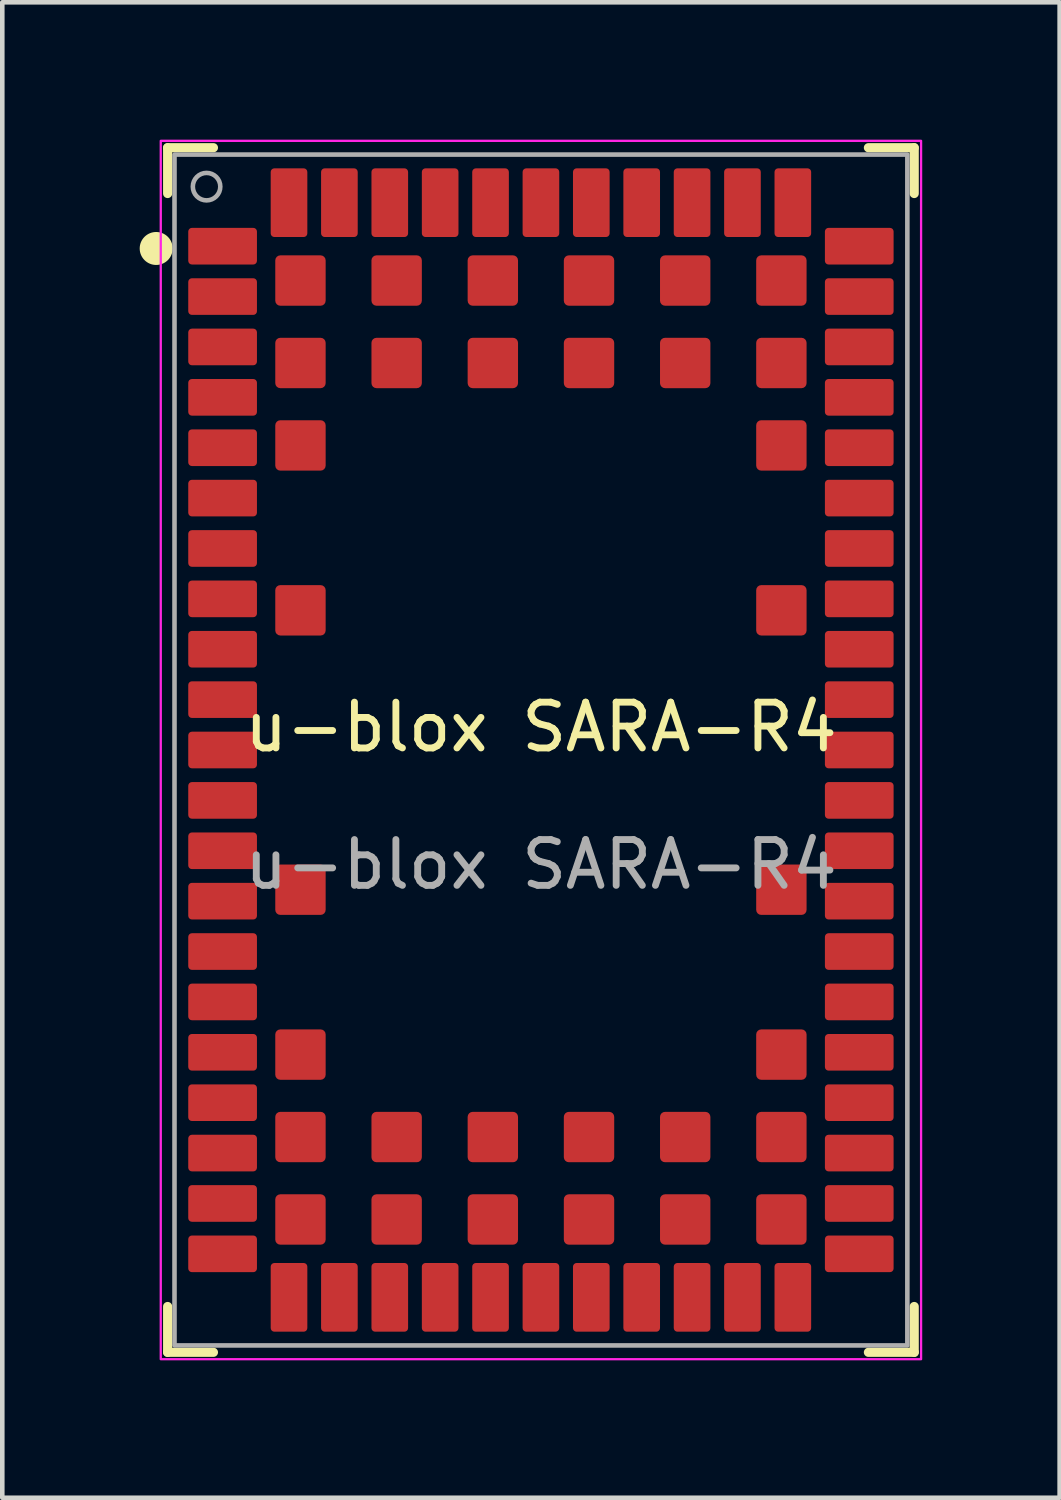
<source format=kicad_pcb>
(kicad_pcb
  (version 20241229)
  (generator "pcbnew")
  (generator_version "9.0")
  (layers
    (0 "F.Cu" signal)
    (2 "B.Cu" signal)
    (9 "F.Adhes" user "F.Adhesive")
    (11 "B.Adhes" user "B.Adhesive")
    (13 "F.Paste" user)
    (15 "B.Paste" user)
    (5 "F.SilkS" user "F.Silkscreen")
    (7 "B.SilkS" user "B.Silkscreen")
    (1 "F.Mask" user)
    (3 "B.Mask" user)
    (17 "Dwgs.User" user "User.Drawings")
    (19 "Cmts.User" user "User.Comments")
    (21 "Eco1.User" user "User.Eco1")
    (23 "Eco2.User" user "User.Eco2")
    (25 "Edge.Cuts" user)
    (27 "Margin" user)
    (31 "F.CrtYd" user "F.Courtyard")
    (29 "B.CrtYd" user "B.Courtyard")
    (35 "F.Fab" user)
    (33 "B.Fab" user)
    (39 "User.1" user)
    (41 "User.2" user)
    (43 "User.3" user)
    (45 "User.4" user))
  (footprint "u-blox SARA-R4"
    (layer "F.Cu")
    (at 8.76 13.325)
    (property "Reference" "u-blox SARA-R4" (at 0 -0.5 0) (unlocked yes) (layer "F.SilkS") (effects (font (size 1 1) (thickness 0.15))))
    (attr smd)
    (fp_line (start -8.15 -13.15) (end -8.15 -12.15) (stroke (width 0.2) (type solid)) (layer "F.SilkS"))
    (fp_line (start -8.15 12.15) (end -8.15 13.15) (stroke (width 0.2) (type solid)) (layer "F.SilkS"))
    (fp_line (start -8.15 13.15) (end -7.15 13.15) (stroke (width 0.2) (type solid)) (layer "F.SilkS"))
    (fp_line (start -7.15 -13.15) (end -8.15 -13.15) (stroke (width 0.2) (type solid)) (layer "F.SilkS"))
    (fp_line (start 7.15 13.15) (end 8.15 13.15) (stroke (width 0.2) (type solid)) (layer "F.SilkS"))
    (fp_line (start 8.15 -13.15) (end 7.15 -13.15) (stroke (width 0.2) (type solid)) (layer "F.SilkS"))
    (fp_line (start 8.15 -12.15) (end 8.15 -13.15) (stroke (width 0.2) (type solid)) (layer "F.SilkS"))
    (fp_line (start 8.15 13.15) (end 8.15 12.15) (stroke (width 0.2) (type solid)) (layer "F.SilkS"))
    (fp_circle (center -8.4 -10.95) (end -8.1 -10.95) (stroke (width 0.12) (type solid)) (fill yes) (layer "F.SilkS"))
    (fp_rect (start -8.3 -13.3) (end 8.3 13.3) (stroke (width 0.05) (type solid)) (fill no) (layer "F.CrtYd"))
    (fp_rect (start -8 -13) (end 8 13) (stroke (width 0.1) (type solid)) (fill no) (layer "F.Fab"))
    (fp_circle (center -7.3 -12.3) (end -7 -12.3) (stroke (width 0.1) (type solid)) (fill no) (layer "F.Fab"))
    (fp_text user "${REFERENCE}" (at 0 2.5 0) (unlocked yes) (layer "F.Fab") (effects (font (size 1 1) (thickness 0.15))))
    (pad "1" smd roundrect (at -6.95 -11) (size 1.5 0.8) (layers "F.Cu" "F.Mask" "F.Paste") (roundrect_rratio 0.1))
    (pad "2" smd roundrect (at -6.95 -9.9) (size 1.5 0.8) (layers "F.Cu" "F.Mask" "F.Paste") (roundrect_rratio 0.1))
    (pad "3" smd roundrect (at -6.95 -8.8) (size 1.5 0.8) (layers "F.Cu" "F.Mask" "F.Paste") (roundrect_rratio 0.1))
    (pad "4" smd roundrect (at -6.95 -7.7) (size 1.5 0.8) (layers "F.Cu" "F.Mask" "F.Paste") (roundrect_rratio 0.1))
    (pad "5" smd roundrect (at -6.95 -6.6) (size 1.5 0.8) (layers "F.Cu" "F.Mask" "F.Paste") (roundrect_rratio 0.1))
    (pad "6" smd roundrect (at -6.95 -5.5) (size 1.5 0.8) (layers "F.Cu" "F.Mask" "F.Paste") (roundrect_rratio 0.1))
    (pad "7" smd roundrect (at -6.95 -4.4) (size 1.5 0.8) (layers "F.Cu" "F.Mask" "F.Paste") (roundrect_rratio 0.1))
    (pad "8" smd roundrect (at -6.95 -3.3) (size 1.5 0.8) (layers "F.Cu" "F.Mask" "F.Paste") (roundrect_rratio 0.1))
    (pad "9" smd roundrect (at -6.95 -2.2) (size 1.5 0.8) (layers "F.Cu" "F.Mask" "F.Paste") (roundrect_rratio 0.1))
    (pad "10" smd roundrect (at -6.95 -1.1) (size 1.5 0.8) (layers "F.Cu" "F.Mask" "F.Paste") (roundrect_rratio 0.1))
    (pad "11" smd roundrect (at -6.95 0) (size 1.5 0.8) (layers "F.Cu" "F.Mask" "F.Paste") (roundrect_rratio 0.1))
    (pad "12" smd roundrect (at -6.95 1.1) (size 1.5 0.8) (layers "F.Cu" "F.Mask" "F.Paste") (roundrect_rratio 0.1))
    (pad "13" smd roundrect (at -6.95 2.2) (size 1.5 0.8) (layers "F.Cu" "F.Mask" "F.Paste") (roundrect_rratio 0.1))
    (pad "14" smd roundrect (at -6.95 3.3) (size 1.5 0.8) (layers "F.Cu" "F.Mask" "F.Paste") (roundrect_rratio 0.1))
    (pad "15" smd roundrect (at -6.95 4.4) (size 1.5 0.8) (layers "F.Cu" "F.Mask" "F.Paste") (roundrect_rratio 0.1))
    (pad "16" smd roundrect (at -6.95 5.5) (size 1.5 0.8) (layers "F.Cu" "F.Mask" "F.Paste") (roundrect_rratio 0.1))
    (pad "17" smd roundrect (at -6.95 6.6) (size 1.5 0.8) (layers "F.Cu" "F.Mask" "F.Paste") (roundrect_rratio 0.1))
    (pad "18" smd roundrect (at -6.95 7.7) (size 1.5 0.8) (layers "F.Cu" "F.Mask" "F.Paste") (roundrect_rratio 0.1))
    (pad "19" smd roundrect (at -6.95 8.8) (size 1.5 0.8) (layers "F.Cu" "F.Mask" "F.Paste") (roundrect_rratio 0.1))
    (pad "20" smd roundrect (at -6.95 9.9) (size 1.5 0.8) (layers "F.Cu" "F.Mask" "F.Paste") (roundrect_rratio 0.1))
    (pad "21" smd roundrect (at -6.95 11) (size 1.5 0.8) (layers "F.Cu" "F.Mask" "F.Paste") (roundrect_rratio 0.1))
    (pad "22" smd roundrect (at -5.5 11.95 90) (size 1.5 0.8) (layers "F.Cu" "F.Mask" "F.Paste") (roundrect_rratio 0.1))
    (pad "23" smd roundrect (at -4.4 11.95 90) (size 1.5 0.8) (layers "F.Cu" "F.Mask" "F.Paste") (roundrect_rratio 0.1))
    (pad "24" smd roundrect (at -3.3 11.95 90) (size 1.5 0.8) (layers "F.Cu" "F.Mask" "F.Paste") (roundrect_rratio 0.1))
    (pad "25" smd roundrect (at -2.2 11.95 90) (size 1.5 0.8) (layers "F.Cu" "F.Mask" "F.Paste") (roundrect_rratio 0.1))
    (pad "26" smd roundrect (at -1.1 11.95 90) (size 1.5 0.8) (layers "F.Cu" "F.Mask" "F.Paste") (roundrect_rratio 0.1))
    (pad "27" smd roundrect (at 0 11.95 90) (size 1.5 0.8) (layers "F.Cu" "F.Mask" "F.Paste") (roundrect_rratio 0.1))
    (pad "28" smd roundrect (at 1.1 11.95 90) (size 1.5 0.8) (layers "F.Cu" "F.Mask" "F.Paste") (roundrect_rratio 0.1))
    (pad "29" smd roundrect (at 2.2 11.95 90) (size 1.5 0.8) (layers "F.Cu" "F.Mask" "F.Paste") (roundrect_rratio 0.1))
    (pad "30" smd roundrect (at 3.3 11.95 90) (size 1.5 0.8) (layers "F.Cu" "F.Mask" "F.Paste") (roundrect_rratio 0.1))
    (pad "31" smd roundrect (at 4.4 11.95 90) (size 1.5 0.8) (layers "F.Cu" "F.Mask" "F.Paste") (roundrect_rratio 0.1))
    (pad "32" smd roundrect (at 5.5 11.95 90) (size 1.5 0.8) (layers "F.Cu" "F.Mask" "F.Paste") (roundrect_rratio 0.1))
    (pad "33" smd roundrect (at 6.95 11) (size 1.5 0.8) (layers "F.Cu" "F.Mask" "F.Paste") (roundrect_rratio 0.1))
    (pad "34" smd roundrect (at 6.95 9.9) (size 1.5 0.8) (layers "F.Cu" "F.Mask" "F.Paste") (roundrect_rratio 0.1))
    (pad "35" smd roundrect (at 6.95 8.8) (size 1.5 0.8) (layers "F.Cu" "F.Mask" "F.Paste") (roundrect_rratio 0.1))
    (pad "36" smd roundrect (at 6.95 7.7) (size 1.5 0.8) (layers "F.Cu" "F.Mask" "F.Paste") (roundrect_rratio 0.1))
    (pad "37" smd roundrect (at 6.95 6.6) (size 1.5 0.8) (layers "F.Cu" "F.Mask" "F.Paste") (roundrect_rratio 0.1))
    (pad "38" smd roundrect (at 6.95 5.5) (size 1.5 0.8) (layers "F.Cu" "F.Mask" "F.Paste") (roundrect_rratio 0.1))
    (pad "39" smd roundrect (at 6.95 4.4) (size 1.5 0.8) (layers "F.Cu" "F.Mask" "F.Paste") (roundrect_rratio 0.1))
    (pad "40" smd roundrect (at 6.95 3.3) (size 1.5 0.8) (layers "F.Cu" "F.Mask" "F.Paste") (roundrect_rratio 0.1))
    (pad "41" smd roundrect (at 6.95 2.2) (size 1.5 0.8) (layers "F.Cu" "F.Mask" "F.Paste") (roundrect_rratio 0.1))
    (pad "42" smd roundrect (at 6.95 1.1) (size 1.5 0.8) (layers "F.Cu" "F.Mask" "F.Paste") (roundrect_rratio 0.1))
    (pad "43" smd roundrect (at 6.95 0) (size 1.5 0.8) (layers "F.Cu" "F.Mask" "F.Paste") (roundrect_rratio 0.1))
    (pad "44" smd roundrect (at 6.95 -1.1) (size 1.5 0.8) (layers "F.Cu" "F.Mask" "F.Paste") (roundrect_rratio 0.1))
    (pad "45" smd roundrect (at 6.95 -2.2) (size 1.5 0.8) (layers "F.Cu" "F.Mask" "F.Paste") (roundrect_rratio 0.1))
    (pad "46" smd roundrect (at 6.95 -3.3) (size 1.5 0.8) (layers "F.Cu" "F.Mask" "F.Paste") (roundrect_rratio 0.1))
    (pad "47" smd roundrect (at 6.95 -4.4) (size 1.5 0.8) (layers "F.Cu" "F.Mask" "F.Paste") (roundrect_rratio 0.1))
    (pad "48" smd roundrect (at 6.95 -5.5) (size 1.5 0.8) (layers "F.Cu" "F.Mask" "F.Paste") (roundrect_rratio 0.1))
    (pad "49" smd roundrect (at 6.95 -6.6) (size 1.5 0.8) (layers "F.Cu" "F.Mask" "F.Paste") (roundrect_rratio 0.1))
    (pad "50" smd roundrect (at 6.95 -7.7) (size 1.5 0.8) (layers "F.Cu" "F.Mask" "F.Paste") (roundrect_rratio 0.1))
    (pad "51" smd roundrect (at 6.95 -8.8) (size 1.5 0.8) (layers "F.Cu" "F.Mask" "F.Paste") (roundrect_rratio 0.1))
    (pad "52" smd roundrect (at 6.95 -9.9) (size 1.5 0.8) (layers "F.Cu" "F.Mask" "F.Paste") (roundrect_rratio 0.1))
    (pad "53" smd roundrect (at 6.95 -11) (size 1.5 0.8) (layers "F.Cu" "F.Mask" "F.Paste") (roundrect_rratio 0.1))
    (pad "54" smd roundrect (at 5.5 -11.95 90) (size 1.5 0.8) (layers "F.Cu" "F.Mask" "F.Paste") (roundrect_rratio 0.1))
    (pad "55" smd roundrect (at 4.4 -11.95 90) (size 1.5 0.8) (layers "F.Cu" "F.Mask" "F.Paste") (roundrect_rratio 0.1))
    (pad "56" smd roundrect (at 3.3 -11.95 90) (size 1.5 0.8) (layers "F.Cu" "F.Mask" "F.Paste") (roundrect_rratio 0.1))
    (pad "57" smd roundrect (at 2.2 -11.95 90) (size 1.5 0.8) (layers "F.Cu" "F.Mask" "F.Paste") (roundrect_rratio 0.1))
    (pad "58" smd roundrect (at 1.1 -11.95 90) (size 1.5 0.8) (layers "F.Cu" "F.Mask" "F.Paste") (roundrect_rratio 0.1))
    (pad "59" smd roundrect (at 0 -11.95 90) (size 1.5 0.8) (layers "F.Cu" "F.Mask" "F.Paste") (roundrect_rratio 0.1))
    (pad "60" smd roundrect (at -1.1 -11.95 90) (size 1.5 0.8) (layers "F.Cu" "F.Mask" "F.Paste") (roundrect_rratio 0.1))
    (pad "61" smd roundrect (at -2.2 -11.95 90) (size 1.5 0.8) (layers "F.Cu" "F.Mask" "F.Paste") (roundrect_rratio 0.1))
    (pad "62" smd roundrect (at -3.3 -11.95 90) (size 1.5 0.8) (layers "F.Cu" "F.Mask" "F.Paste") (roundrect_rratio 0.1))
    (pad "63" smd roundrect (at -4.4 -11.95 90) (size 1.5 0.8) (layers "F.Cu" "F.Mask" "F.Paste") (roundrect_rratio 0.1))
    (pad "64" smd roundrect (at -5.5 -11.95 90) (size 1.5 0.8) (layers "F.Cu" "F.Mask" "F.Paste") (roundrect_rratio 0.1))
    (pad "65" smd roundrect (at -5.25 -10.25 90) (size 1.1 1.1) (layers "F.Cu" "F.Mask" "F.Paste") (roundrect_rratio 0.1))
    (pad "66" smd roundrect (at -3.15 -10.25 90) (size 1.1 1.1) (layers "F.Cu" "F.Mask" "F.Paste") (roundrect_rratio 0.1))
    (pad "67" smd roundrect (at -1.05 -10.25 90) (size 1.1 1.1) (layers "F.Cu" "F.Mask" "F.Paste") (roundrect_rratio 0.1))
    (pad "68" smd roundrect (at 1.05 -10.25 90) (size 1.1 1.1) (layers "F.Cu" "F.Mask" "F.Paste") (roundrect_rratio 0.1))
    (pad "69" smd roundrect (at 3.15 -10.25 90) (size 1.1 1.1) (layers "F.Cu" "F.Mask" "F.Paste") (roundrect_rratio 0.1))
    (pad "70" smd roundrect (at 5.25 -10.25 90) (size 1.1 1.1) (layers "F.Cu" "F.Mask" "F.Paste") (roundrect_rratio 0.1))
    (pad "71" smd roundrect (at -5.25 -8.45 90) (size 1.1 1.1) (layers "F.Cu" "F.Mask" "F.Paste") (roundrect_rratio 0.1))
    (pad "72" smd roundrect (at -3.15 -8.45 90) (size 1.1 1.1) (layers "F.Cu" "F.Mask" "F.Paste") (roundrect_rratio 0.1))
    (pad "73" smd roundrect (at -1.05 -8.45 90) (size 1.1 1.1) (layers "F.Cu" "F.Mask" "F.Paste") (roundrect_rratio 0.1))
    (pad "74" smd roundrect (at 1.05 -8.45 90) (size 1.1 1.1) (layers "F.Cu" "F.Mask" "F.Paste") (roundrect_rratio 0.1))
    (pad "75" smd roundrect (at 3.15 -8.45 90) (size 1.1 1.1) (layers "F.Cu" "F.Mask" "F.Paste") (roundrect_rratio 0.1))
    (pad "76" smd roundrect (at 5.25 -8.45 90) (size 1.1 1.1) (layers "F.Cu" "F.Mask" "F.Paste") (roundrect_rratio 0.1))
    (pad "77" smd roundrect (at -5.25 -6.65 90) (size 1.1 1.1) (layers "F.Cu" "F.Mask" "F.Paste") (roundrect_rratio 0.1))
    (pad "78" smd roundrect (at 5.25 -6.65 90) (size 1.1 1.1) (layers "F.Cu" "F.Mask" "F.Paste") (roundrect_rratio 0.1))
    (pad "79" smd roundrect (at -5.25 -3.05 90) (size 1.1 1.1) (layers "F.Cu" "F.Mask" "F.Paste") (roundrect_rratio 0.1))
    (pad "80" smd roundrect (at 5.25 -3.05 90) (size 1.1 1.1) (layers "F.Cu" "F.Mask" "F.Paste") (roundrect_rratio 0.1))
    (pad "81" smd roundrect (at -5.25 3.05 90) (size 1.1 1.1) (layers "F.Cu" "F.Mask" "F.Paste") (roundrect_rratio 0.1))
    (pad "82" smd roundrect (at 5.25 3.05 90) (size 1.1 1.1) (layers "F.Cu" "F.Mask" "F.Paste") (roundrect_rratio 0.1))
    (pad "83" smd roundrect (at -5.25 6.65 90) (size 1.1 1.1) (layers "F.Cu" "F.Mask" "F.Paste") (roundrect_rratio 0.1))
    (pad "84" smd roundrect (at 5.25 6.65 90) (size 1.1 1.1) (layers "F.Cu" "F.Mask" "F.Paste") (roundrect_rratio 0.1))
    (pad "85" smd roundrect (at -5.25 8.45 90) (size 1.1 1.1) (layers "F.Cu" "F.Mask" "F.Paste") (roundrect_rratio 0.1))
    (pad "86" smd roundrect (at -3.15 8.45 90) (size 1.1 1.1) (layers "F.Cu" "F.Mask" "F.Paste") (roundrect_rratio 0.1))
    (pad "87" smd roundrect (at -1.05 8.45 90) (size 1.1 1.1) (layers "F.Cu" "F.Mask" "F.Paste") (roundrect_rratio 0.1))
    (pad "88" smd roundrect (at 1.05 8.45 90) (size 1.1 1.1) (layers "F.Cu" "F.Mask" "F.Paste") (roundrect_rratio 0.1))
    (pad "89" smd roundrect (at 3.15 8.45 90) (size 1.1 1.1) (layers "F.Cu" "F.Mask" "F.Paste") (roundrect_rratio 0.1))
    (pad "90" smd roundrect (at 5.25 8.45 90) (size 1.1 1.1) (layers "F.Cu" "F.Mask" "F.Paste") (roundrect_rratio 0.1))
    (pad "91" smd roundrect (at -5.25 10.25 90) (size 1.1 1.1) (layers "F.Cu" "F.Mask" "F.Paste") (roundrect_rratio 0.1))
    (pad "92" smd roundrect (at -3.15 10.25 90) (size 1.1 1.1) (layers "F.Cu" "F.Mask" "F.Paste") (roundrect_rratio 0.1))
    (pad "93" smd roundrect (at -1.05 10.25 90) (size 1.1 1.1) (layers "F.Cu" "F.Mask" "F.Paste") (roundrect_rratio 0.1))
    (pad "94" smd roundrect (at 1.05 10.25 90) (size 1.1 1.1) (layers "F.Cu" "F.Mask" "F.Paste") (roundrect_rratio 0.1))
    (pad "95" smd roundrect (at 3.15 10.25 90) (size 1.1 1.1) (layers "F.Cu" "F.Mask" "F.Paste") (roundrect_rratio 0.1))
    (pad "96" smd roundrect (at 5.25 10.25 90) (size 1.1 1.1) (layers "F.Cu" "F.Mask" "F.Paste") (roundrect_rratio 0.1)))
  (gr_rect
    (start -3 -3)
    (end 20.085 29.65)
    (stroke (width 0.1) (type default))
    (fill no)
    (layer "Edge.Cuts")))
</source>
